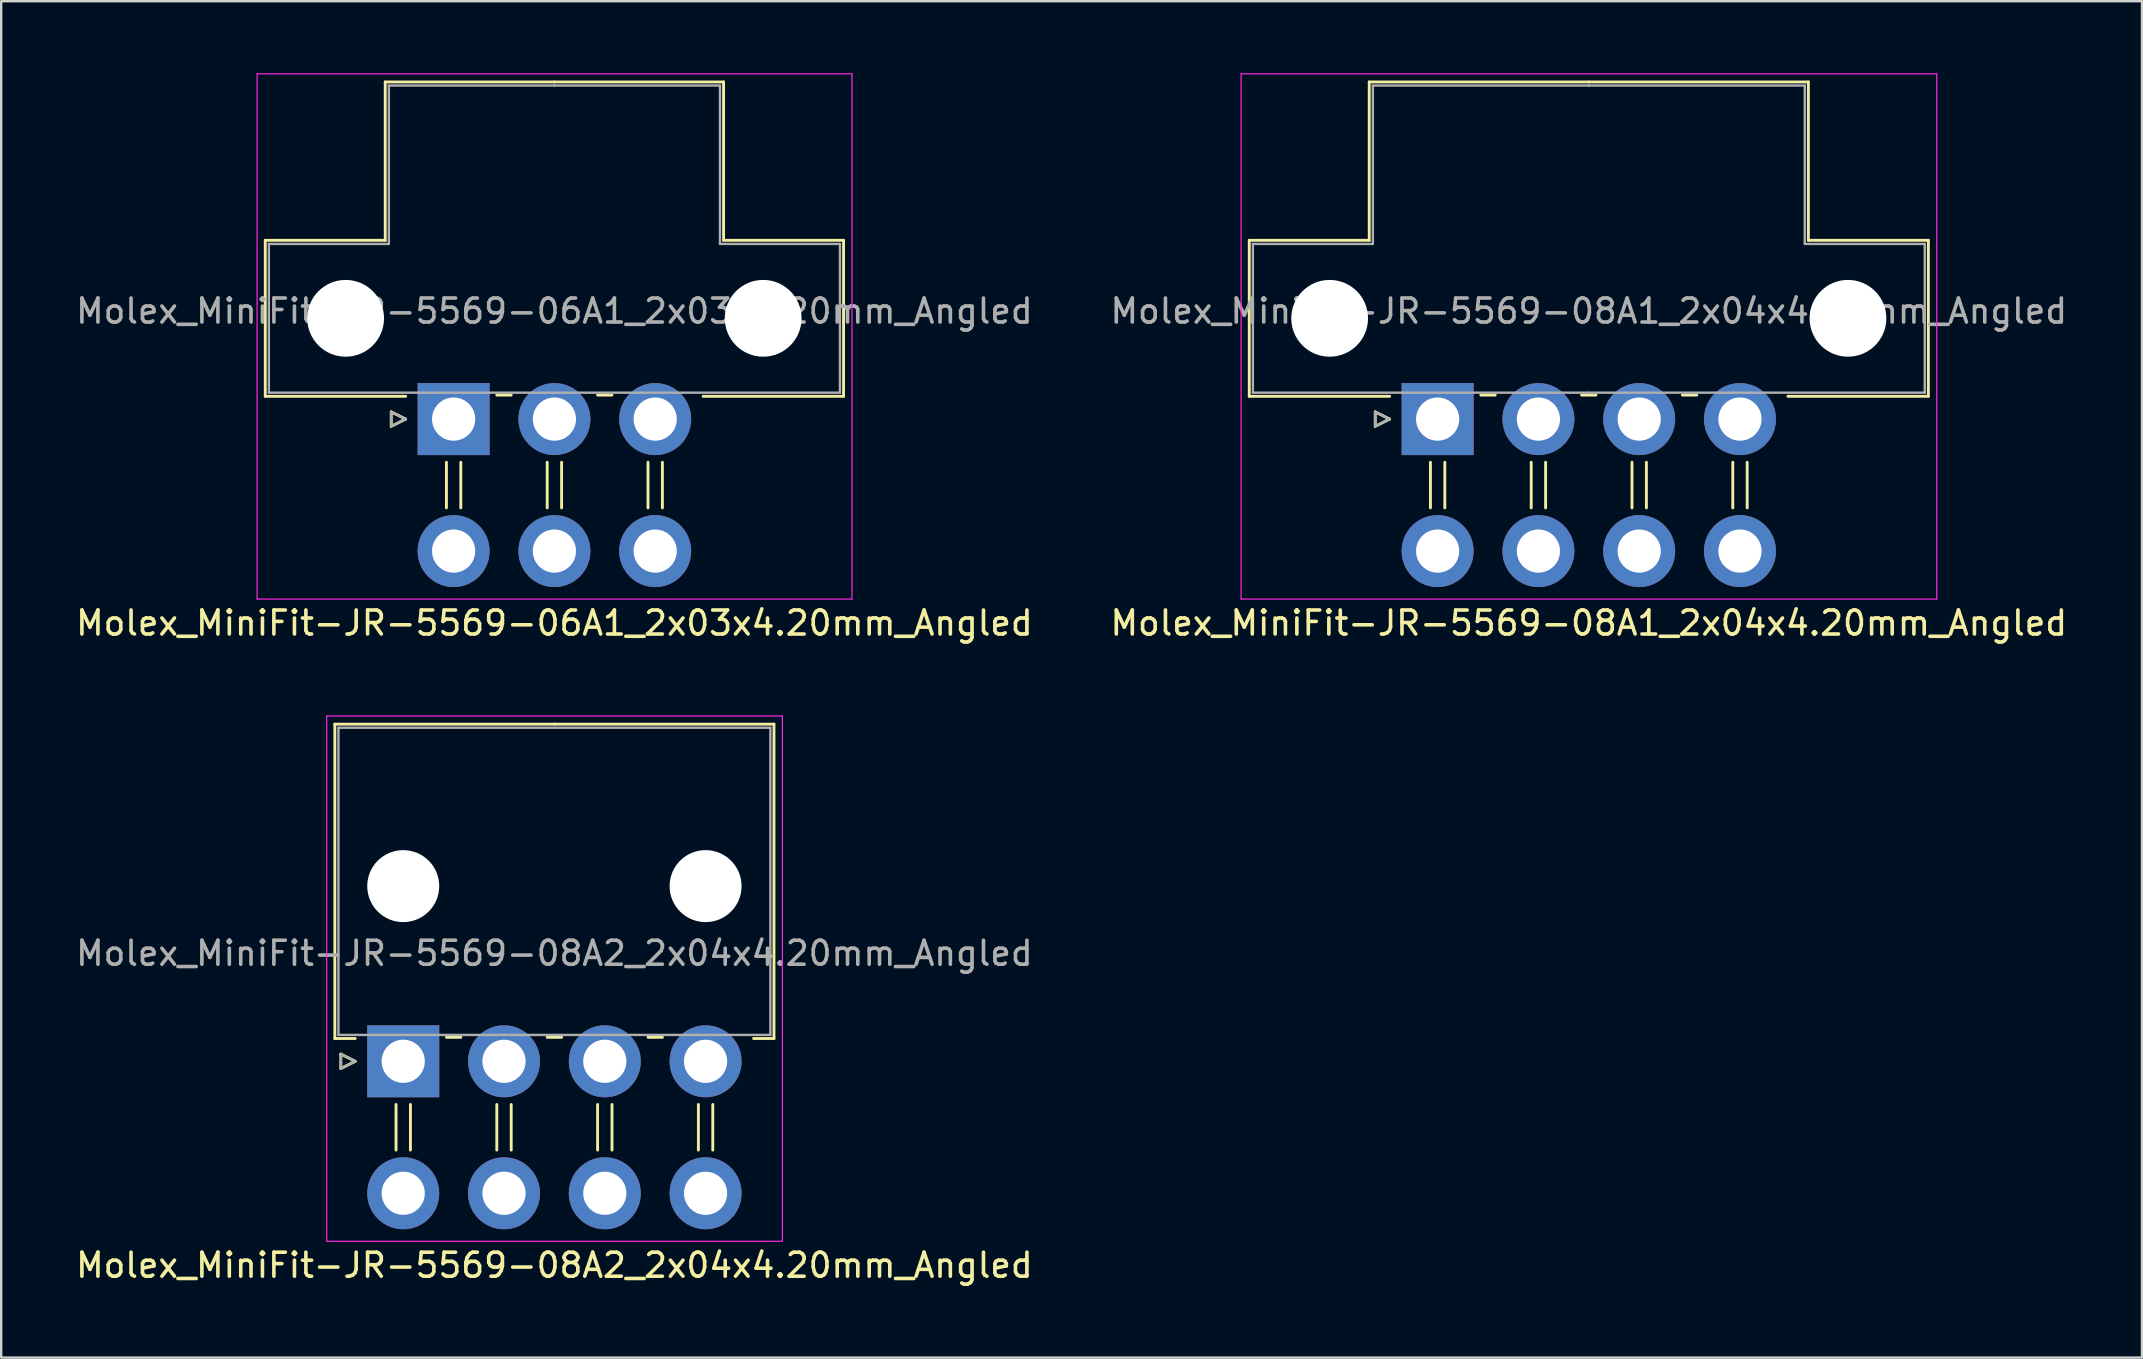
<source format=kicad_pcb>
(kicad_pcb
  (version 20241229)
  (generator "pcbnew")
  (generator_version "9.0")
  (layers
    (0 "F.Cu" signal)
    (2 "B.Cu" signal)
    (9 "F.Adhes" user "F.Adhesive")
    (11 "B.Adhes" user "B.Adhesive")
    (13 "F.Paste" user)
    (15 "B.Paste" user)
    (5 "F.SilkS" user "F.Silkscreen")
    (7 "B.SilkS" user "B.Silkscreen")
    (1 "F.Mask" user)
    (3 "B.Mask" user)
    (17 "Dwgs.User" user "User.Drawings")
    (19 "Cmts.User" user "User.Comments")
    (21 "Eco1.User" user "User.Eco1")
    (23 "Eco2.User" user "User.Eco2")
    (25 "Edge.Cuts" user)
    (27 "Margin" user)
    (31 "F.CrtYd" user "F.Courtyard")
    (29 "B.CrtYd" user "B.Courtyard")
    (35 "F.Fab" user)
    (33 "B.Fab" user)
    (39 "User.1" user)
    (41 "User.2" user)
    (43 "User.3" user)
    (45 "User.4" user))
  (footprint "Molex_MiniFit-JR-5569-08A1_2x04x4.20mm_Angled"
    (layer "F.Cu")
    (at 56.861 14.415)
    (property "Reference" "Molex_MiniFit-JR-5569-08A1_2x04x4.20mm_Angled" (at 6.3 8.5 0) (layer "F.SilkS") (effects (font (size 1 1) (thickness 0.15))))
    (attr through_hole)
    (fp_line (start -7.85 -7.45) (end -7.85 -0.95) (stroke (width 0.12) (type solid)) (layer "F.SilkS"))
    (fp_line (start -7.85 -0.95) (end -2 -0.95) (stroke (width 0.12) (type solid)) (layer "F.SilkS"))
    (fp_line (start -2.85 -14.05) (end -2.85 -7.45) (stroke (width 0.12) (type solid)) (layer "F.SilkS"))
    (fp_line (start -2.85 -7.45) (end -7.85 -7.45) (stroke (width 0.12) (type solid)) (layer "F.SilkS"))
    (fp_line (start -2.6 -0.3) (end -2 0) (stroke (width 0.12) (type solid)) (layer "F.SilkS"))
    (fp_line (start -2.6 0.3) (end -2.6 -0.3) (stroke (width 0.12) (type solid)) (layer "F.SilkS"))
    (fp_line (start -2 0) (end -2.6 0.3) (stroke (width 0.12) (type solid)) (layer "F.SilkS"))
    (fp_line (start -0.3 1.8) (end -0.3 3.7) (stroke (width 0.12) (type solid)) (layer "F.SilkS"))
    (fp_line (start 0.3 1.8) (end 0.3 3.7) (stroke (width 0.12) (type solid)) (layer "F.SilkS"))
    (fp_line (start 1.8 -1) (end 2.4 -1) (stroke (width 0.12) (type solid)) (layer "F.SilkS"))
    (fp_line (start 3.9 1.8) (end 3.9 3.7) (stroke (width 0.12) (type solid)) (layer "F.SilkS"))
    (fp_line (start 4.5 1.8) (end 4.5 3.7) (stroke (width 0.12) (type solid)) (layer "F.SilkS"))
    (fp_line (start 6 -1) (end 6.6 -1) (stroke (width 0.12) (type solid)) (layer "F.SilkS"))
    (fp_line (start 6.3 -14.05) (end -2.85 -14.05) (stroke (width 0.12) (type solid)) (layer "F.SilkS"))
    (fp_line (start 6.3 -14.05) (end 15.45 -14.05) (stroke (width 0.12) (type solid)) (layer "F.SilkS"))
    (fp_line (start 8.1 1.8) (end 8.1 3.7) (stroke (width 0.12) (type solid)) (layer "F.SilkS"))
    (fp_line (start 8.7 1.8) (end 8.7 3.7) (stroke (width 0.12) (type solid)) (layer "F.SilkS"))
    (fp_line (start 10.2 -1) (end 10.8 -1) (stroke (width 0.12) (type solid)) (layer "F.SilkS"))
    (fp_line (start 12.3 1.8) (end 12.3 3.7) (stroke (width 0.12) (type solid)) (layer "F.SilkS"))
    (fp_line (start 12.9 1.8) (end 12.9 3.7) (stroke (width 0.12) (type solid)) (layer "F.SilkS"))
    (fp_line (start 15.45 -14.05) (end 15.45 -7.45) (stroke (width 0.12) (type solid)) (layer "F.SilkS"))
    (fp_line (start 15.45 -7.45) (end 20.45 -7.45) (stroke (width 0.12) (type solid)) (layer "F.SilkS"))
    (fp_line (start 20.45 -7.45) (end 20.45 -0.95) (stroke (width 0.12) (type solid)) (layer "F.SilkS"))
    (fp_line (start 20.45 -0.95) (end 14.6 -0.95) (stroke (width 0.12) (type solid)) (layer "F.SilkS"))
    (fp_line (start -8.19 -14.39) (end -8.19 7.5) (stroke (width 0.05) (type solid)) (layer "F.CrtYd"))
    (fp_line (start -8.19 7.5) (end 20.8 7.5) (stroke (width 0.05) (type solid)) (layer "F.CrtYd"))
    (fp_line (start 20.8 -14.39) (end -8.19 -14.39) (stroke (width 0.05) (type solid)) (layer "F.CrtYd"))
    (fp_line (start 20.8 7.5) (end 20.8 -14.39) (stroke (width 0.05) (type solid)) (layer "F.CrtYd"))
    (fp_line (start -7.7 -7.3) (end -7.7 -1.1) (stroke (width 0.1) (type solid)) (layer "F.Fab"))
    (fp_line (start -7.7 -1.1) (end 6.3 -1.1) (stroke (width 0.1) (type solid)) (layer "F.Fab"))
    (fp_line (start -2.7 -13.9) (end -2.7 -7.3) (stroke (width 0.1) (type solid)) (layer "F.Fab"))
    (fp_line (start -2.7 -7.3) (end -7.7 -7.3) (stroke (width 0.1) (type solid)) (layer "F.Fab"))
    (fp_line (start -2.6 -0.3) (end -2 0) (stroke (width 0.1) (type solid)) (layer "F.Fab"))
    (fp_line (start -2.6 0.3) (end -2.6 -0.3) (stroke (width 0.1) (type solid)) (layer "F.Fab"))
    (fp_line (start -2 0) (end -2.6 0.3) (stroke (width 0.1) (type solid)) (layer "F.Fab"))
    (fp_line (start 6.3 -13.9) (end -2.7 -13.9) (stroke (width 0.1) (type solid)) (layer "F.Fab"))
    (fp_line (start 6.3 -13.9) (end 15.3 -13.9) (stroke (width 0.1) (type solid)) (layer "F.Fab"))
    (fp_line (start 15.3 -13.9) (end 15.3 -7.3) (stroke (width 0.1) (type solid)) (layer "F.Fab"))
    (fp_line (start 15.3 -7.3) (end 20.3 -7.3) (stroke (width 0.1) (type solid)) (layer "F.Fab"))
    (fp_line (start 20.3 -7.3) (end 20.3 -1.1) (stroke (width 0.1) (type solid)) (layer "F.Fab"))
    (fp_line (start 20.3 -1.1) (end 6.3 -1.1) (stroke (width 0.1) (type solid)) (layer "F.Fab"))
    (fp_text user "${REFERENCE}" (at 6.3 -4.5 0) (layer "F.Fab") (effects (font (size 1 1) (thickness 0.15))))
    (pad "" np_thru_hole circle (at -4.5 -4.2) (size 3.2 3.2) (drill 3.2) (layers "*.Cu" "*.Mask"))
    (pad "" np_thru_hole circle (at 17.1 -4.2) (size 3.2 3.2) (drill 3.2) (layers "*.Cu" "*.Mask"))
    (pad "1" thru_hole rect (at 0 0) (size 3 3) (drill 1.8) (layers "*.Cu" "*.Mask"))
    (pad "2" thru_hole circle (at 4.2 0) (size 3 3) (drill 1.8) (layers "*.Cu" "*.Mask"))
    (pad "3" thru_hole circle (at 8.4 0) (size 3 3) (drill 1.8) (layers "*.Cu" "*.Mask"))
    (pad "4" thru_hole circle (at 12.6 0) (size 3 3) (drill 1.8) (layers "*.Cu" "*.Mask"))
    (pad "5" thru_hole circle (at 0 5.5) (size 3 3) (drill 1.8) (layers "*.Cu" "*.Mask"))
    (pad "6" thru_hole circle (at 4.2 5.5) (size 3 3) (drill 1.8) (layers "*.Cu" "*.Mask"))
    (pad "7" thru_hole circle (at 8.4 5.5) (size 3 3) (drill 1.8) (layers "*.Cu" "*.Mask"))
    (pad "8" thru_hole circle (at 12.6 5.5) (size 3 3) (drill 1.8) (layers "*.Cu" "*.Mask")))
  (footprint "Molex_MiniFit-JR-5569-08A2_2x04x4.20mm_Angled"
    (layer "F.Cu")
    (at 13.754 41.178)
    (property "Reference" "Molex_MiniFit-JR-5569-08A2_2x04x4.20mm_Angled" (at 6.3 8.5 0) (layer "F.SilkS") (effects (font (size 1 1) (thickness 0.15))))
    (attr through_hole)
    (fp_line (start -2.85 -14.05) (end 6.3 -14.05) (stroke (width 0.12) (type solid)) (layer "F.SilkS"))
    (fp_line (start -2.85 -0.95) (end -2.85 -14.05) (stroke (width 0.12) (type solid)) (layer "F.SilkS"))
    (fp_line (start -2.6 -0.3) (end -2 0) (stroke (width 0.12) (type solid)) (layer "F.SilkS"))
    (fp_line (start -2.6 0.3) (end -2.6 -0.3) (stroke (width 0.12) (type solid)) (layer "F.SilkS"))
    (fp_line (start -2 -0.95) (end -2.85 -0.95) (stroke (width 0.12) (type solid)) (layer "F.SilkS"))
    (fp_line (start -2 0) (end -2.6 0.3) (stroke (width 0.12) (type solid)) (layer "F.SilkS"))
    (fp_line (start -0.3 1.8) (end -0.3 3.7) (stroke (width 0.12) (type solid)) (layer "F.SilkS"))
    (fp_line (start 0.3 1.8) (end 0.3 3.7) (stroke (width 0.12) (type solid)) (layer "F.SilkS"))
    (fp_line (start 1.8 -1) (end 2.4 -1) (stroke (width 0.12) (type solid)) (layer "F.SilkS"))
    (fp_line (start 3.9 1.8) (end 3.9 3.7) (stroke (width 0.12) (type solid)) (layer "F.SilkS"))
    (fp_line (start 4.5 1.8) (end 4.5 3.7) (stroke (width 0.12) (type solid)) (layer "F.SilkS"))
    (fp_line (start 6 -1) (end 6.6 -1) (stroke (width 0.12) (type solid)) (layer "F.SilkS"))
    (fp_line (start 8.1 1.8) (end 8.1 3.7) (stroke (width 0.12) (type solid)) (layer "F.SilkS"))
    (fp_line (start 8.7 1.8) (end 8.7 3.7) (stroke (width 0.12) (type solid)) (layer "F.SilkS"))
    (fp_line (start 10.2 -1) (end 10.8 -1) (stroke (width 0.12) (type solid)) (layer "F.SilkS"))
    (fp_line (start 12.3 1.8) (end 12.3 3.7) (stroke (width 0.12) (type solid)) (layer "F.SilkS"))
    (fp_line (start 12.9 1.8) (end 12.9 3.7) (stroke (width 0.12) (type solid)) (layer "F.SilkS"))
    (fp_line (start 14.6 -0.95) (end 15.45 -0.95) (stroke (width 0.12) (type solid)) (layer "F.SilkS"))
    (fp_line (start 15.45 -14.05) (end 6.3 -14.05) (stroke (width 0.12) (type solid)) (layer "F.SilkS"))
    (fp_line (start 15.45 -0.95) (end 15.45 -14.05) (stroke (width 0.12) (type solid)) (layer "F.SilkS"))
    (fp_line (start -3.19 -14.39) (end -3.19 7.5) (stroke (width 0.05) (type solid)) (layer "F.CrtYd"))
    (fp_line (start -3.19 7.5) (end 15.8 7.5) (stroke (width 0.05) (type solid)) (layer "F.CrtYd"))
    (fp_line (start 15.8 -14.39) (end -3.19 -14.39) (stroke (width 0.05) (type solid)) (layer "F.CrtYd"))
    (fp_line (start 15.8 7.5) (end 15.8 -14.39) (stroke (width 0.05) (type solid)) (layer "F.CrtYd"))
    (fp_line (start -2.7 -13.9) (end -2.7 -1.1) (stroke (width 0.1) (type solid)) (layer "F.Fab"))
    (fp_line (start -2.7 -1.1) (end 15.3 -1.1) (stroke (width 0.1) (type solid)) (layer "F.Fab"))
    (fp_line (start -2.6 -0.3) (end -2 0) (stroke (width 0.1) (type solid)) (layer "F.Fab"))
    (fp_line (start -2.6 0.3) (end -2.6 -0.3) (stroke (width 0.1) (type solid)) (layer "F.Fab"))
    (fp_line (start -2 0) (end -2.6 0.3) (stroke (width 0.1) (type solid)) (layer "F.Fab"))
    (fp_line (start 15.3 -13.9) (end -2.7 -13.9) (stroke (width 0.1) (type solid)) (layer "F.Fab"))
    (fp_line (start 15.3 -1.1) (end 15.3 -13.9) (stroke (width 0.1) (type solid)) (layer "F.Fab"))
    (fp_text user "${REFERENCE}" (at 6.3 -4.5 0) (layer "F.Fab") (effects (font (size 1 1) (thickness 0.15))))
    (pad "" np_thru_hole circle (at 0 -7.3) (size 3 3) (drill 3) (layers "*.Cu" "*.Mask"))
    (pad "" np_thru_hole circle (at 12.6 -7.3) (size 3 3) (drill 3) (layers "*.Cu" "*.Mask"))
    (pad "1" thru_hole rect (at 0 0) (size 3 3) (drill 1.8) (layers "*.Cu" "*.Mask"))
    (pad "2" thru_hole circle (at 4.2 0) (size 3 3) (drill 1.8) (layers "*.Cu" "*.Mask"))
    (pad "3" thru_hole circle (at 8.4 0) (size 3 3) (drill 1.8) (layers "*.Cu" "*.Mask"))
    (pad "4" thru_hole circle (at 12.6 0) (size 3 3) (drill 1.8) (layers "*.Cu" "*.Mask"))
    (pad "5" thru_hole circle (at 0 5.5) (size 3 3) (drill 1.8) (layers "*.Cu" "*.Mask"))
    (pad "6" thru_hole circle (at 4.2 5.5) (size 3 3) (drill 1.8) (layers "*.Cu" "*.Mask"))
    (pad "7" thru_hole circle (at 8.4 5.5) (size 3 3) (drill 1.8) (layers "*.Cu" "*.Mask"))
    (pad "8" thru_hole circle (at 12.6 5.5) (size 3 3) (drill 1.8) (layers "*.Cu" "*.Mask")))
  (footprint "Molex_MiniFit-JR-5569-06A1_2x03x4.20mm_Angled"
    (layer "F.Cu")
    (at 15.854 14.415)
    (property "Reference" "Molex_MiniFit-JR-5569-06A1_2x03x4.20mm_Angled" (at 4.2 8.5 0) (layer "F.SilkS") (effects (font (size 1 1) (thickness 0.15))))
    (attr through_hole)
    (fp_line (start -7.85 -7.45) (end -7.85 -0.95) (stroke (width 0.12) (type solid)) (layer "F.SilkS"))
    (fp_line (start -7.85 -0.95) (end -2 -0.95) (stroke (width 0.12) (type solid)) (layer "F.SilkS"))
    (fp_line (start -2.85 -14.05) (end -2.85 -7.45) (stroke (width 0.12) (type solid)) (layer "F.SilkS"))
    (fp_line (start -2.85 -7.45) (end -7.85 -7.45) (stroke (width 0.12) (type solid)) (layer "F.SilkS"))
    (fp_line (start -2.6 -0.3) (end -2 0) (stroke (width 0.12) (type solid)) (layer "F.SilkS"))
    (fp_line (start -2.6 0.3) (end -2.6 -0.3) (stroke (width 0.12) (type solid)) (layer "F.SilkS"))
    (fp_line (start -2 0) (end -2.6 0.3) (stroke (width 0.12) (type solid)) (layer "F.SilkS"))
    (fp_line (start -0.3 1.8) (end -0.3 3.7) (stroke (width 0.12) (type solid)) (layer "F.SilkS"))
    (fp_line (start 0.3 1.8) (end 0.3 3.7) (stroke (width 0.12) (type solid)) (layer "F.SilkS"))
    (fp_line (start 1.8 -1) (end 2.4 -1) (stroke (width 0.12) (type solid)) (layer "F.SilkS"))
    (fp_line (start 3.9 1.8) (end 3.9 3.7) (stroke (width 0.12) (type solid)) (layer "F.SilkS"))
    (fp_line (start 4.2 -14.05) (end -2.85 -14.05) (stroke (width 0.12) (type solid)) (layer "F.SilkS"))
    (fp_line (start 4.2 -14.05) (end 11.25 -14.05) (stroke (width 0.12) (type solid)) (layer "F.SilkS"))
    (fp_line (start 4.5 1.8) (end 4.5 3.7) (stroke (width 0.12) (type solid)) (layer "F.SilkS"))
    (fp_line (start 6 -1) (end 6.6 -1) (stroke (width 0.12) (type solid)) (layer "F.SilkS"))
    (fp_line (start 8.1 1.8) (end 8.1 3.7) (stroke (width 0.12) (type solid)) (layer "F.SilkS"))
    (fp_line (start 8.7 1.8) (end 8.7 3.7) (stroke (width 0.12) (type solid)) (layer "F.SilkS"))
    (fp_line (start 11.25 -14.05) (end 11.25 -7.45) (stroke (width 0.12) (type solid)) (layer "F.SilkS"))
    (fp_line (start 11.25 -7.45) (end 16.25 -7.45) (stroke (width 0.12) (type solid)) (layer "F.SilkS"))
    (fp_line (start 16.25 -7.45) (end 16.25 -0.95) (stroke (width 0.12) (type solid)) (layer "F.SilkS"))
    (fp_line (start 16.25 -0.95) (end 10.4 -0.95) (stroke (width 0.12) (type solid)) (layer "F.SilkS"))
    (fp_line (start -8.19 -14.39) (end -8.19 7.5) (stroke (width 0.05) (type solid)) (layer "F.CrtYd"))
    (fp_line (start -8.19 7.5) (end 16.6 7.5) (stroke (width 0.05) (type solid)) (layer "F.CrtYd"))
    (fp_line (start 16.6 -14.39) (end -8.19 -14.39) (stroke (width 0.05) (type solid)) (layer "F.CrtYd"))
    (fp_line (start 16.6 7.5) (end 16.6 -14.39) (stroke (width 0.05) (type solid)) (layer "F.CrtYd"))
    (fp_line (start -7.7 -7.3) (end -7.7 -1.1) (stroke (width 0.1) (type solid)) (layer "F.Fab"))
    (fp_line (start -7.7 -1.1) (end 4.2 -1.1) (stroke (width 0.1) (type solid)) (layer "F.Fab"))
    (fp_line (start -2.7 -13.9) (end -2.7 -7.3) (stroke (width 0.1) (type solid)) (layer "F.Fab"))
    (fp_line (start -2.7 -7.3) (end -7.7 -7.3) (stroke (width 0.1) (type solid)) (layer "F.Fab"))
    (fp_line (start -2.6 -0.3) (end -2 0) (stroke (width 0.1) (type solid)) (layer "F.Fab"))
    (fp_line (start -2.6 0.3) (end -2.6 -0.3) (stroke (width 0.1) (type solid)) (layer "F.Fab"))
    (fp_line (start -2 0) (end -2.6 0.3) (stroke (width 0.1) (type solid)) (layer "F.Fab"))
    (fp_line (start 4.2 -13.9) (end -2.7 -13.9) (stroke (width 0.1) (type solid)) (layer "F.Fab"))
    (fp_line (start 4.2 -13.9) (end 11.1 -13.9) (stroke (width 0.1) (type solid)) (layer "F.Fab"))
    (fp_line (start 11.1 -13.9) (end 11.1 -7.3) (stroke (width 0.1) (type solid)) (layer "F.Fab"))
    (fp_line (start 11.1 -7.3) (end 16.1 -7.3) (stroke (width 0.1) (type solid)) (layer "F.Fab"))
    (fp_line (start 16.1 -7.3) (end 16.1 -1.1) (stroke (width 0.1) (type solid)) (layer "F.Fab"))
    (fp_line (start 16.1 -1.1) (end 4.2 -1.1) (stroke (width 0.1) (type solid)) (layer "F.Fab"))
    (fp_text user "${REFERENCE}" (at 4.2 -4.5 0) (layer "F.Fab") (effects (font (size 1 1) (thickness 0.15))))
    (pad "" np_thru_hole circle (at -4.5 -4.2) (size 3.2 3.2) (drill 3.2) (layers "*.Cu" "*.Mask"))
    (pad "" np_thru_hole circle (at 12.9 -4.2) (size 3.2 3.2) (drill 3.2) (layers "*.Cu" "*.Mask"))
    (pad "1" thru_hole rect (at 0 0) (size 3 3) (drill 1.8) (layers "*.Cu" "*.Mask"))
    (pad "2" thru_hole circle (at 4.2 0) (size 3 3) (drill 1.8) (layers "*.Cu" "*.Mask"))
    (pad "3" thru_hole circle (at 8.4 0) (size 3 3) (drill 1.8) (layers "*.Cu" "*.Mask"))
    (pad "4" thru_hole circle (at 0 5.5) (size 3 3) (drill 1.8) (layers "*.Cu" "*.Mask"))
    (pad "5" thru_hole circle (at 4.2 5.5) (size 3 3) (drill 1.8) (layers "*.Cu" "*.Mask"))
    (pad "6" thru_hole circle (at 8.4 5.5) (size 3 3) (drill 1.8) (layers "*.Cu" "*.Mask")))
  (gr_rect
    (start -3 -3)
    (end 86.214 53.526)
    (stroke (width 0.1) (type default))
    (fill no)
    (layer "Edge.Cuts")))
</source>
